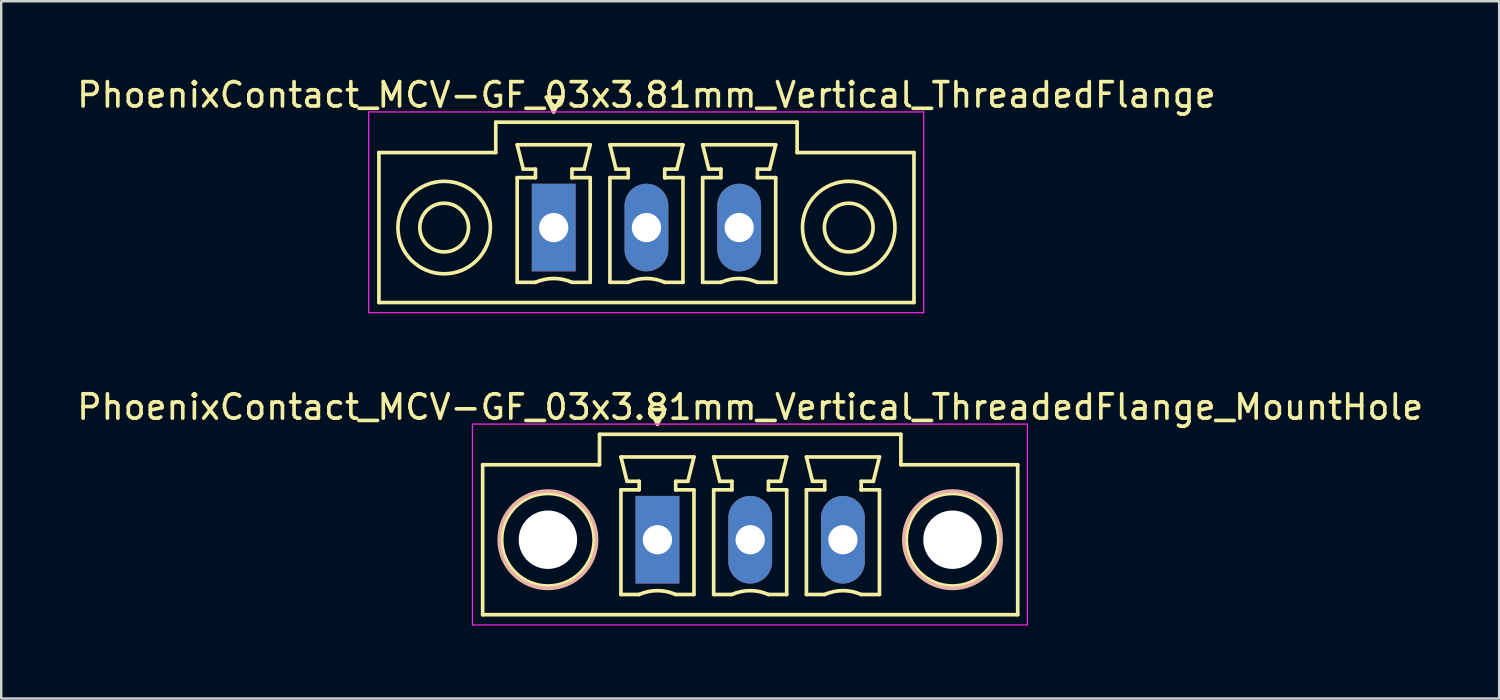
<source format=kicad_pcb>
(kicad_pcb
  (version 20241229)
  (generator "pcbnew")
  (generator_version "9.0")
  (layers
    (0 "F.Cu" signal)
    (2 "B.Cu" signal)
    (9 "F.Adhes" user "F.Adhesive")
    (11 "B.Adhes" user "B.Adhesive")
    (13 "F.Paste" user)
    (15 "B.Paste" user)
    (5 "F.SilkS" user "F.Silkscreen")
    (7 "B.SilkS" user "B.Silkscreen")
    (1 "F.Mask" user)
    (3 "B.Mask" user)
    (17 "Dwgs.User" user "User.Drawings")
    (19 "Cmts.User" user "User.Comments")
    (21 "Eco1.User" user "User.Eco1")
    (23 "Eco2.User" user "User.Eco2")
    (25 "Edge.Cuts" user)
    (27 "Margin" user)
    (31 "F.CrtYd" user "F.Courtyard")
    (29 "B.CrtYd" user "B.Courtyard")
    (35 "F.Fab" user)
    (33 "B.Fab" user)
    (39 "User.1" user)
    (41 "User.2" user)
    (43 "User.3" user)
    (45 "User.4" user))
  (footprint "PhoenixContact_MCV-GF_03x3.81mm_Vertical_ThreadedFlange"
    (layer "F.Cu")
    (at 19.696 6.298)
    (property "Reference" "PhoenixContact_MCV-GF_03x3.81mm_Vertical_ThreadedFlange" (at 3.81 -5.45 0) (layer "F.SilkS") (effects (font (size 1 1) (thickness 0.15))))
    (attr through_hole)
    (fp_line (start -7.18 -3.08) (end -7.18 3.08) (stroke (width 0.15) (type solid)) (layer "F.SilkS"))
    (fp_line (start -7.18 3.08) (end 14.8 3.08) (stroke (width 0.15) (type solid)) (layer "F.SilkS"))
    (fp_line (start -2.38 -4.33) (end -2.38 -3.08) (stroke (width 0.15) (type solid)) (layer "F.SilkS"))
    (fp_line (start -2.38 -3.08) (end -7.18 -3.08) (stroke (width 0.15) (type solid)) (layer "F.SilkS"))
    (fp_line (start -1.5 -3.4) (end 1.5 -3.4) (stroke (width 0.15) (type solid)) (layer "F.SilkS"))
    (fp_line (start -1.5 -2.05) (end -0.75 -2.05) (stroke (width 0.15) (type solid)) (layer "F.SilkS"))
    (fp_line (start -1.5 2.25) (end -1.5 -2.05) (stroke (width 0.15) (type solid)) (layer "F.SilkS"))
    (fp_line (start -1.25 -2.4) (end -1.5 -3.4) (stroke (width 0.15) (type solid)) (layer "F.SilkS"))
    (fp_line (start -0.75 -2.4) (end -1.25 -2.4) (stroke (width 0.15) (type solid)) (layer "F.SilkS"))
    (fp_line (start -0.75 -2.05) (end -0.75 -2.4) (stroke (width 0.15) (type solid)) (layer "F.SilkS"))
    (fp_line (start -0.75 2.25) (end -1.5 2.25) (stroke (width 0.15) (type solid)) (layer "F.SilkS"))
    (fp_line (start -0.3 -5.35) (end 0 -4.75) (stroke (width 0.15) (type solid)) (layer "F.SilkS"))
    (fp_line (start 0 -4.75) (end 0.3 -5.35) (stroke (width 0.15) (type solid)) (layer "F.SilkS"))
    (fp_line (start 0.3 -5.35) (end -0.3 -5.35) (stroke (width 0.15) (type solid)) (layer "F.SilkS"))
    (fp_line (start 0.75 -2.4) (end 0.75 -2.05) (stroke (width 0.15) (type solid)) (layer "F.SilkS"))
    (fp_line (start 0.75 -2.05) (end 0.75 -2.05) (stroke (width 0.15) (type solid)) (layer "F.SilkS"))
    (fp_line (start 0.75 -2.05) (end 1.5 -2.05) (stroke (width 0.15) (type solid)) (layer "F.SilkS"))
    (fp_line (start 1.25 -2.4) (end 0.75 -2.4) (stroke (width 0.15) (type solid)) (layer "F.SilkS"))
    (fp_line (start 1.5 -3.4) (end 1.25 -2.4) (stroke (width 0.15) (type solid)) (layer "F.SilkS"))
    (fp_line (start 1.5 -2.05) (end 1.5 2.25) (stroke (width 0.15) (type solid)) (layer "F.SilkS"))
    (fp_line (start 1.5 2.25) (end 0.75 2.25) (stroke (width 0.15) (type solid)) (layer "F.SilkS"))
    (fp_line (start 2.31 -3.4) (end 5.31 -3.4) (stroke (width 0.15) (type solid)) (layer "F.SilkS"))
    (fp_line (start 2.31 -2.05) (end 3.06 -2.05) (stroke (width 0.15) (type solid)) (layer "F.SilkS"))
    (fp_line (start 2.31 2.25) (end 2.31 -2.05) (stroke (width 0.15) (type solid)) (layer "F.SilkS"))
    (fp_line (start 2.56 -2.4) (end 2.31 -3.4) (stroke (width 0.15) (type solid)) (layer "F.SilkS"))
    (fp_line (start 3.06 -2.4) (end 2.56 -2.4) (stroke (width 0.15) (type solid)) (layer "F.SilkS"))
    (fp_line (start 3.06 -2.05) (end 3.06 -2.4) (stroke (width 0.15) (type solid)) (layer "F.SilkS"))
    (fp_line (start 3.06 2.25) (end 2.31 2.25) (stroke (width 0.15) (type solid)) (layer "F.SilkS"))
    (fp_line (start 4.56 -2.4) (end 4.56 -2.05) (stroke (width 0.15) (type solid)) (layer "F.SilkS"))
    (fp_line (start 4.56 -2.05) (end 4.56 -2.05) (stroke (width 0.15) (type solid)) (layer "F.SilkS"))
    (fp_line (start 4.56 -2.05) (end 5.31 -2.05) (stroke (width 0.15) (type solid)) (layer "F.SilkS"))
    (fp_line (start 5.06 -2.4) (end 4.56 -2.4) (stroke (width 0.15) (type solid)) (layer "F.SilkS"))
    (fp_line (start 5.31 -3.4) (end 5.06 -2.4) (stroke (width 0.15) (type solid)) (layer "F.SilkS"))
    (fp_line (start 5.31 -2.05) (end 5.31 2.25) (stroke (width 0.15) (type solid)) (layer "F.SilkS"))
    (fp_line (start 5.31 2.25) (end 4.56 2.25) (stroke (width 0.15) (type solid)) (layer "F.SilkS"))
    (fp_line (start 6.12 -3.4) (end 9.12 -3.4) (stroke (width 0.15) (type solid)) (layer "F.SilkS"))
    (fp_line (start 6.12 -2.05) (end 6.87 -2.05) (stroke (width 0.15) (type solid)) (layer "F.SilkS"))
    (fp_line (start 6.12 2.25) (end 6.12 -2.05) (stroke (width 0.15) (type solid)) (layer "F.SilkS"))
    (fp_line (start 6.37 -2.4) (end 6.12 -3.4) (stroke (width 0.15) (type solid)) (layer "F.SilkS"))
    (fp_line (start 6.87 -2.4) (end 6.37 -2.4) (stroke (width 0.15) (type solid)) (layer "F.SilkS"))
    (fp_line (start 6.87 -2.05) (end 6.87 -2.4) (stroke (width 0.15) (type solid)) (layer "F.SilkS"))
    (fp_line (start 6.87 2.25) (end 6.12 2.25) (stroke (width 0.15) (type solid)) (layer "F.SilkS"))
    (fp_line (start 8.37 -2.4) (end 8.37 -2.05) (stroke (width 0.15) (type solid)) (layer "F.SilkS"))
    (fp_line (start 8.37 -2.05) (end 8.37 -2.05) (stroke (width 0.15) (type solid)) (layer "F.SilkS"))
    (fp_line (start 8.37 -2.05) (end 9.12 -2.05) (stroke (width 0.15) (type solid)) (layer "F.SilkS"))
    (fp_line (start 8.87 -2.4) (end 8.37 -2.4) (stroke (width 0.15) (type solid)) (layer "F.SilkS"))
    (fp_line (start 9.12 -3.4) (end 8.87 -2.4) (stroke (width 0.15) (type solid)) (layer "F.SilkS"))
    (fp_line (start 9.12 -2.05) (end 9.12 2.25) (stroke (width 0.15) (type solid)) (layer "F.SilkS"))
    (fp_line (start 9.12 2.25) (end 8.37 2.25) (stroke (width 0.15) (type solid)) (layer "F.SilkS"))
    (fp_line (start 10 -4.33) (end -2.38 -4.33) (stroke (width 0.15) (type solid)) (layer "F.SilkS"))
    (fp_line (start 10 -3.08) (end 10 -4.33) (stroke (width 0.15) (type solid)) (layer "F.SilkS"))
    (fp_line (start 14.8 -3.08) (end 10 -3.08) (stroke (width 0.15) (type solid)) (layer "F.SilkS"))
    (fp_line (start 14.8 3.08) (end 14.8 -3.08) (stroke (width 0.15) (type solid)) (layer "F.SilkS"))
    (fp_arc (start -0.75 2.25) (mid -0.000193 2.09191) (end 0.749647 2.249844) (stroke (width 0.15) (type solid)) (layer "F.SilkS"))
    (fp_arc (start 3.06 2.25) (mid 3.809807 2.09191) (end 4.559647 2.249844) (stroke (width 0.15) (type solid)) (layer "F.SilkS"))
    (fp_arc (start 6.87 2.25) (mid 7.619807 2.09191) (end 8.369647 2.249844) (stroke (width 0.15) (type solid)) (layer "F.SilkS"))
    (fp_circle (center -4.5 0) (end -3.5 0) (stroke (width 0.15) (type solid)) (fill no) (layer "F.SilkS"))
    (fp_circle (center -4.5 0) (end -2.6 0) (stroke (width 0.15) (type solid)) (fill no) (layer "F.SilkS"))
    (fp_circle (center 12.12 0) (end 13.12 0) (stroke (width 0.15) (type solid)) (fill no) (layer "F.SilkS"))
    (fp_circle (center 12.12 0) (end 14.02 0) (stroke (width 0.15) (type solid)) (fill no) (layer "F.SilkS"))
    (fp_line (start -7.6 -4.75) (end -7.6 3.5) (stroke (width 0.05) (type solid)) (layer "F.CrtYd"))
    (fp_line (start -7.6 3.5) (end 15.2 3.5) (stroke (width 0.05) (type solid)) (layer "F.CrtYd"))
    (fp_line (start 15.2 -4.75) (end -7.6 -4.75) (stroke (width 0.05) (type solid)) (layer "F.CrtYd"))
    (fp_line (start 15.2 3.5) (end 15.2 -4.75) (stroke (width 0.05) (type solid)) (layer "F.CrtYd"))
    (pad "1" thru_hole rect (at 0 0) (size 1.8 3.6) (drill 1.2) (layers "*.Cu" "*.Mask"))
    (pad "2" thru_hole oval (at 3.81 0) (size 1.8 3.6) (drill 1.2) (layers "*.Cu" "*.Mask"))
    (pad "3" thru_hole oval (at 7.62 0) (size 1.8 3.6) (drill 1.2) (layers "*.Cu" "*.Mask")))
  (footprint "PhoenixContact_MCV-GF_03x3.81mm_Vertical_ThreadedFlange_MountHole"
    (layer "F.Cu")
    (at 23.958 19.122)
    (property "Reference" "PhoenixContact_MCV-GF_03x3.81mm_Vertical_ThreadedFlange_MountHole" (at 3.81 -5.45 0) (layer "F.SilkS") (effects (font (size 1 1) (thickness 0.15))))
    (attr through_hole)
    (fp_line (start -7.18 -3.08) (end -7.18 3.08) (stroke (width 0.15) (type solid)) (layer "F.SilkS"))
    (fp_line (start -7.18 3.08) (end 14.8 3.08) (stroke (width 0.15) (type solid)) (layer "F.SilkS"))
    (fp_line (start -2.38 -4.33) (end -2.38 -3.08) (stroke (width 0.15) (type solid)) (layer "F.SilkS"))
    (fp_line (start -2.38 -3.08) (end -7.18 -3.08) (stroke (width 0.15) (type solid)) (layer "F.SilkS"))
    (fp_line (start -1.5 -3.4) (end 1.5 -3.4) (stroke (width 0.15) (type solid)) (layer "F.SilkS"))
    (fp_line (start -1.5 -2.05) (end -0.75 -2.05) (stroke (width 0.15) (type solid)) (layer "F.SilkS"))
    (fp_line (start -1.5 2.25) (end -1.5 -2.05) (stroke (width 0.15) (type solid)) (layer "F.SilkS"))
    (fp_line (start -1.25 -2.4) (end -1.5 -3.4) (stroke (width 0.15) (type solid)) (layer "F.SilkS"))
    (fp_line (start -0.75 -2.4) (end -1.25 -2.4) (stroke (width 0.15) (type solid)) (layer "F.SilkS"))
    (fp_line (start -0.75 -2.05) (end -0.75 -2.4) (stroke (width 0.15) (type solid)) (layer "F.SilkS"))
    (fp_line (start -0.75 2.25) (end -1.5 2.25) (stroke (width 0.15) (type solid)) (layer "F.SilkS"))
    (fp_line (start -0.3 -5.35) (end 0 -4.75) (stroke (width 0.15) (type solid)) (layer "F.SilkS"))
    (fp_line (start 0 -4.75) (end 0.3 -5.35) (stroke (width 0.15) (type solid)) (layer "F.SilkS"))
    (fp_line (start 0.3 -5.35) (end -0.3 -5.35) (stroke (width 0.15) (type solid)) (layer "F.SilkS"))
    (fp_line (start 0.75 -2.4) (end 0.75 -2.05) (stroke (width 0.15) (type solid)) (layer "F.SilkS"))
    (fp_line (start 0.75 -2.05) (end 0.75 -2.05) (stroke (width 0.15) (type solid)) (layer "F.SilkS"))
    (fp_line (start 0.75 -2.05) (end 1.5 -2.05) (stroke (width 0.15) (type solid)) (layer "F.SilkS"))
    (fp_line (start 1.25 -2.4) (end 0.75 -2.4) (stroke (width 0.15) (type solid)) (layer "F.SilkS"))
    (fp_line (start 1.5 -3.4) (end 1.25 -2.4) (stroke (width 0.15) (type solid)) (layer "F.SilkS"))
    (fp_line (start 1.5 -2.05) (end 1.5 2.25) (stroke (width 0.15) (type solid)) (layer "F.SilkS"))
    (fp_line (start 1.5 2.25) (end 0.75 2.25) (stroke (width 0.15) (type solid)) (layer "F.SilkS"))
    (fp_line (start 2.31 -3.4) (end 5.31 -3.4) (stroke (width 0.15) (type solid)) (layer "F.SilkS"))
    (fp_line (start 2.31 -2.05) (end 3.06 -2.05) (stroke (width 0.15) (type solid)) (layer "F.SilkS"))
    (fp_line (start 2.31 2.25) (end 2.31 -2.05) (stroke (width 0.15) (type solid)) (layer "F.SilkS"))
    (fp_line (start 2.56 -2.4) (end 2.31 -3.4) (stroke (width 0.15) (type solid)) (layer "F.SilkS"))
    (fp_line (start 3.06 -2.4) (end 2.56 -2.4) (stroke (width 0.15) (type solid)) (layer "F.SilkS"))
    (fp_line (start 3.06 -2.05) (end 3.06 -2.4) (stroke (width 0.15) (type solid)) (layer "F.SilkS"))
    (fp_line (start 3.06 2.25) (end 2.31 2.25) (stroke (width 0.15) (type solid)) (layer "F.SilkS"))
    (fp_line (start 4.56 -2.4) (end 4.56 -2.05) (stroke (width 0.15) (type solid)) (layer "F.SilkS"))
    (fp_line (start 4.56 -2.05) (end 4.56 -2.05) (stroke (width 0.15) (type solid)) (layer "F.SilkS"))
    (fp_line (start 4.56 -2.05) (end 5.31 -2.05) (stroke (width 0.15) (type solid)) (layer "F.SilkS"))
    (fp_line (start 5.06 -2.4) (end 4.56 -2.4) (stroke (width 0.15) (type solid)) (layer "F.SilkS"))
    (fp_line (start 5.31 -3.4) (end 5.06 -2.4) (stroke (width 0.15) (type solid)) (layer "F.SilkS"))
    (fp_line (start 5.31 -2.05) (end 5.31 2.25) (stroke (width 0.15) (type solid)) (layer "F.SilkS"))
    (fp_line (start 5.31 2.25) (end 4.56 2.25) (stroke (width 0.15) (type solid)) (layer "F.SilkS"))
    (fp_line (start 6.12 -3.4) (end 9.12 -3.4) (stroke (width 0.15) (type solid)) (layer "F.SilkS"))
    (fp_line (start 6.12 -2.05) (end 6.87 -2.05) (stroke (width 0.15) (type solid)) (layer "F.SilkS"))
    (fp_line (start 6.12 2.25) (end 6.12 -2.05) (stroke (width 0.15) (type solid)) (layer "F.SilkS"))
    (fp_line (start 6.37 -2.4) (end 6.12 -3.4) (stroke (width 0.15) (type solid)) (layer "F.SilkS"))
    (fp_line (start 6.87 -2.4) (end 6.37 -2.4) (stroke (width 0.15) (type solid)) (layer "F.SilkS"))
    (fp_line (start 6.87 -2.05) (end 6.87 -2.4) (stroke (width 0.15) (type solid)) (layer "F.SilkS"))
    (fp_line (start 6.87 2.25) (end 6.12 2.25) (stroke (width 0.15) (type solid)) (layer "F.SilkS"))
    (fp_line (start 8.37 -2.4) (end 8.37 -2.05) (stroke (width 0.15) (type solid)) (layer "F.SilkS"))
    (fp_line (start 8.37 -2.05) (end 8.37 -2.05) (stroke (width 0.15) (type solid)) (layer "F.SilkS"))
    (fp_line (start 8.37 -2.05) (end 9.12 -2.05) (stroke (width 0.15) (type solid)) (layer "F.SilkS"))
    (fp_line (start 8.87 -2.4) (end 8.37 -2.4) (stroke (width 0.15) (type solid)) (layer "F.SilkS"))
    (fp_line (start 9.12 -3.4) (end 8.87 -2.4) (stroke (width 0.15) (type solid)) (layer "F.SilkS"))
    (fp_line (start 9.12 -2.05) (end 9.12 2.25) (stroke (width 0.15) (type solid)) (layer "F.SilkS"))
    (fp_line (start 9.12 2.25) (end 8.37 2.25) (stroke (width 0.15) (type solid)) (layer "F.SilkS"))
    (fp_line (start 10 -4.33) (end -2.38 -4.33) (stroke (width 0.15) (type solid)) (layer "F.SilkS"))
    (fp_line (start 10 -3.08) (end 10 -4.33) (stroke (width 0.15) (type solid)) (layer "F.SilkS"))
    (fp_line (start 14.8 -3.08) (end 10 -3.08) (stroke (width 0.15) (type solid)) (layer "F.SilkS"))
    (fp_line (start 14.8 3.08) (end 14.8 -3.08) (stroke (width 0.15) (type solid)) (layer "F.SilkS"))
    (fp_arc (start -0.75 2.25) (mid -0.000193 2.09191) (end 0.749647 2.249844) (stroke (width 0.15) (type solid)) (layer "F.SilkS"))
    (fp_arc (start 3.06 2.25) (mid 3.809807 2.09191) (end 4.559647 2.249844) (stroke (width 0.15) (type solid)) (layer "F.SilkS"))
    (fp_arc (start 6.87 2.25) (mid 7.619807 2.09191) (end 8.369647 2.249844) (stroke (width 0.15) (type solid)) (layer "F.SilkS"))
    (fp_circle (center -4.5 0) (end -2.6 0) (stroke (width 0.15) (type solid)) (fill no) (layer "F.SilkS"))
    (fp_circle (center 12.12 0) (end 14.02 0) (stroke (width 0.15) (type solid)) (fill no) (layer "F.SilkS"))
    (fp_circle (center -4.5 0) (end -2.5 0) (stroke (width 0.15) (type solid)) (fill no) (layer "B.SilkS"))
    (fp_circle (center 12.12 0) (end 14.12 0) (stroke (width 0.15) (type solid)) (fill no) (layer "B.SilkS"))
    (fp_line (start -7.6 -4.75) (end -7.6 3.5) (stroke (width 0.05) (type solid)) (layer "F.CrtYd"))
    (fp_line (start -7.6 3.5) (end 15.2 3.5) (stroke (width 0.05) (type solid)) (layer "F.CrtYd"))
    (fp_line (start 15.2 -4.75) (end -7.6 -4.75) (stroke (width 0.05) (type solid)) (layer "F.CrtYd"))
    (fp_line (start 15.2 3.5) (end 15.2 -4.75) (stroke (width 0.05) (type solid)) (layer "F.CrtYd"))
    (pad "" np_thru_hole circle (at -4.5 0) (size 2.4 2.4) (drill 2.4) (layers "*.Cu" "*.Mask"))
    (pad "" np_thru_hole circle (at 12.12 0) (size 2.4 2.4) (drill 2.4) (layers "*.Cu" "*.Mask"))
    (pad "1" thru_hole rect (at 0 0) (size 1.8 3.6) (drill 1.2) (layers "*.Cu" "*.Mask"))
    (pad "2" thru_hole oval (at 3.81 0) (size 1.8 3.6) (drill 1.2) (layers "*.Cu" "*.Mask"))
    (pad "3" thru_hole oval (at 7.62 0) (size 1.8 3.6) (drill 1.2) (layers "*.Cu" "*.Mask")))
  (gr_rect
    (start -3 -3)
    (end 58.536 25.646)
    (stroke (width 0.1) (type default))
    (fill no)
    (layer "Edge.Cuts")))
</source>
